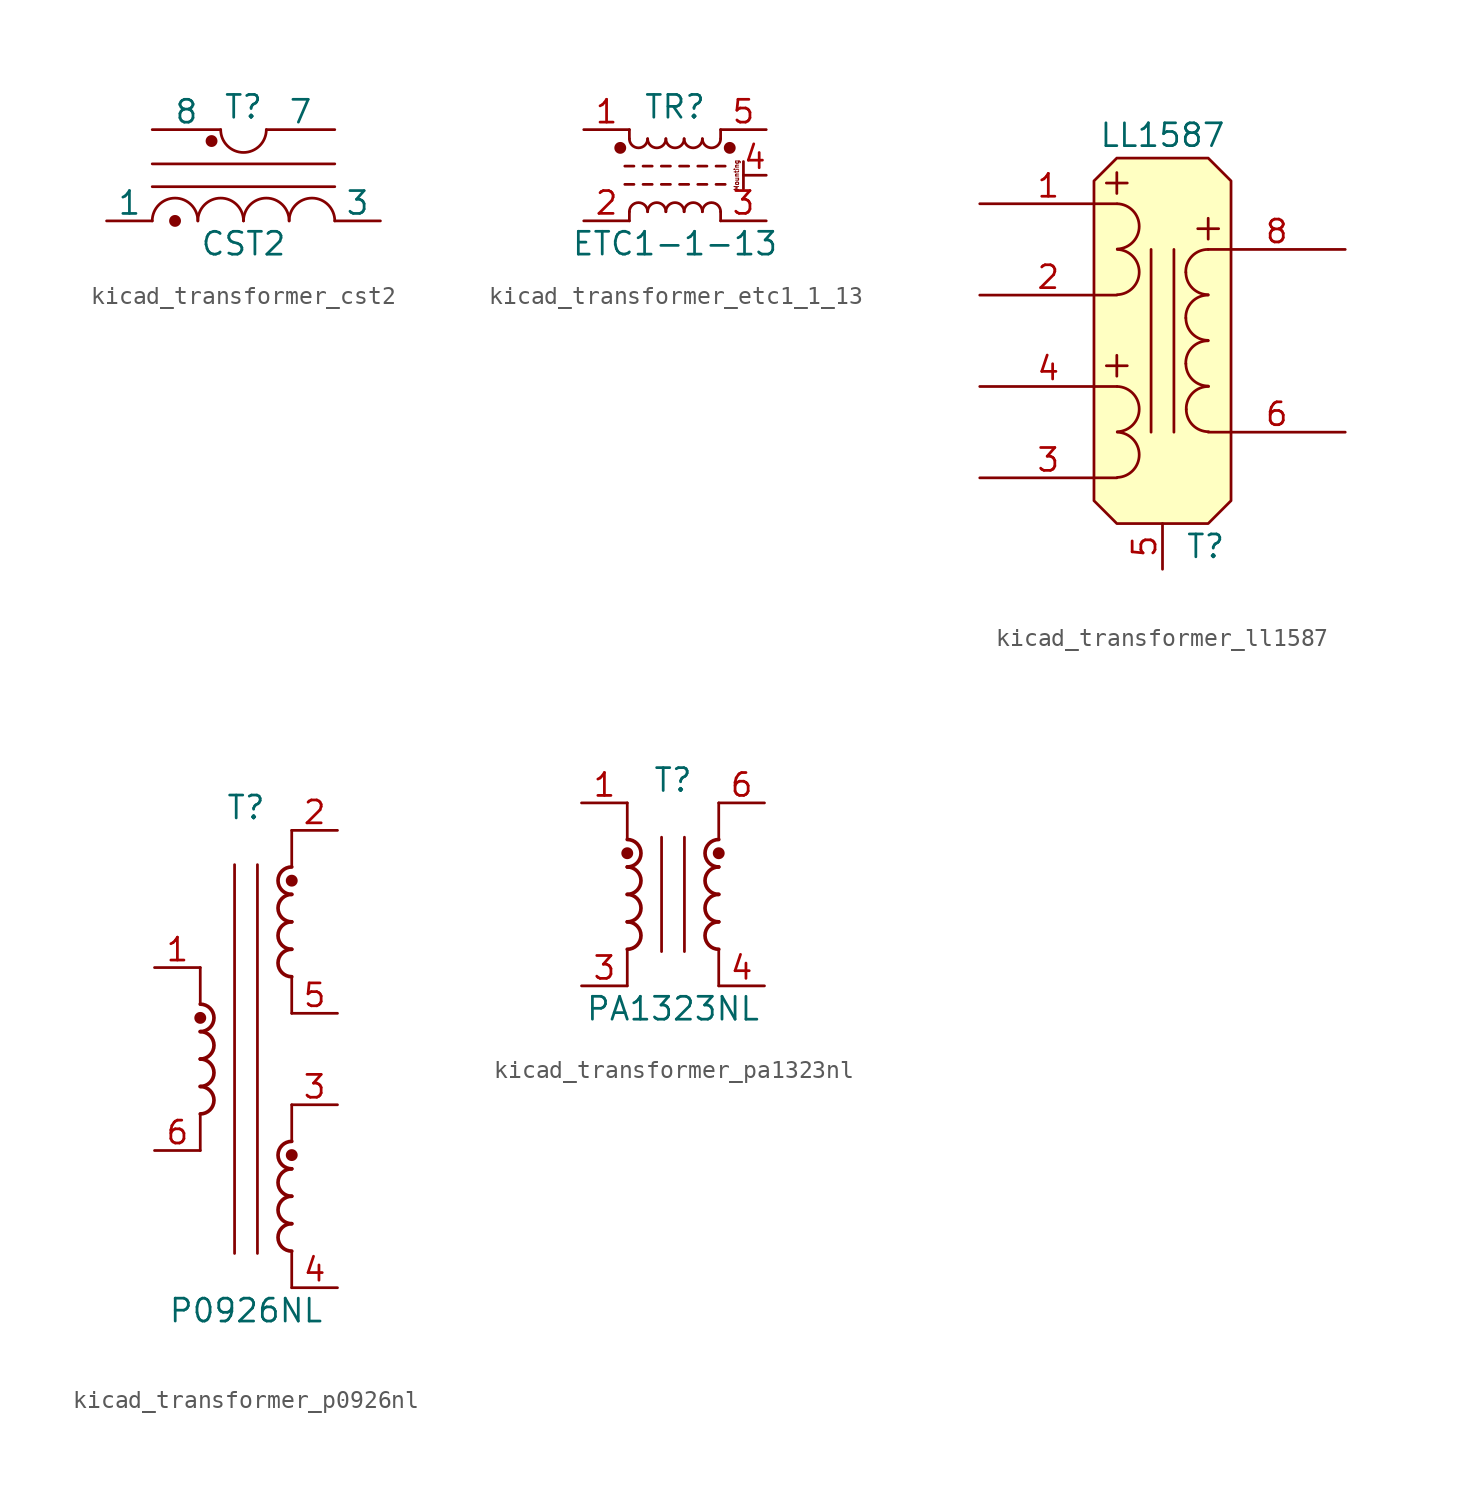
<source format=kicad_sym>
(kicad_symbol_lib
  (version 20220914)
  (generator kicad_symbol_editor)
  (symbol "kicad_transformer_cst2"
    (pin_numbers hide)
    (pin_names
      (offset 0))
    (property "Reference" "T"
      (at 0 6.35 0)
      (effects (font (size 1.27 1.27))))
    (property "Value" "CST2"
      (at 0 -1.27 0)
      (effects (font (size 1.27 1.27))))
    (property "ki_locked" ""
      (at 0 0 0)
      (effects (font (size 1.27 1.27))))
    (symbol "kicad_transformer_cst2_0_1"
      (circle (center -3.81 0) (radius 0.254) (stroke (width 0) (type default)) (fill (type outline)))
      (arc (start -2.54 0) (mid -3.81 1.2645) (end -5.08 0) (stroke (width 0) (type default)) (fill (type none)))
      (circle (center -1.778 4.445) (radius 0.254) (stroke (width 0) (type default)) (fill (type outline)))
      (arc (start -1.27 5.08) (mid 0 3.8155) (end 1.27 5.08) (stroke (width 0) (type default)) (fill (type none)))
      (arc (start 0 0) (mid -1.27 1.2645) (end -2.54 0) (stroke (width 0) (type default)) (fill (type none)))
      (polyline (pts (xy -5.08 1.905) (xy 5.08 1.905)) (stroke (width 0) (type default)) (fill (type none)))
      (polyline (pts (xy -5.08 3.175) (xy 5.08 3.175)) (stroke (width 0) (type default)) (fill (type none)))
      (arc (start 2.54 0) (mid 1.27 1.2645) (end 0 0) (stroke (width 0) (type default)) (fill (type none)))
      (arc (start 5.08 0) (mid 3.81 1.2645) (end 2.54 0) (stroke (width 0) (type default)) (fill (type none)))
      (pin passive line (at -7.62 0 0) (length 2.54) (name "1" (effects (font (size 1.27 1.27)))) (number "1" (effects (font (size 1.27 1.27)))))
      (pin passive line (at 7.62 0 180) (length 2.54) (name "3" (effects (font (size 1.27 1.27)))) (number "3" (effects (font (size 1.27 1.27)))))
      (pin passive line (at 5.08 5.08 180) (length 3.81) (name "7" (effects (font (size 1.27 1.27)))) (number "7" (effects (font (size 1.27 1.27)))))
      (pin passive line (at -5.08 5.08 0) (length 3.81) (name "8" (effects (font (size 1.27 1.27)))) (number "8" (effects (font (size 1.27 1.27))))))
    (symbol "kicad_transformer_cst2_1_1"
      (pin no_connect line (at -2.54 0 0) (length 2.54) hide (name "2" (effects (font (size 1.27 1.27)))) (number "2" (effects (font (size 1.27 1.27)))))
      (pin no_connect line (at 2.54 0 180) (length 2.54) hide (name "4" (effects (font (size 1.27 1.27)))) (number "4" (effects (font (size 1.27 1.27)))))
      (pin no_connect line (at -2.54 5.08 0) (length 2.54) hide (name "5" (effects (font (size 1.27 1.27)))) (number "5" (effects (font (size 1.27 1.27)))))
      (pin no_connect line (at 2.54 5.08 180) (length 2.54) hide (name "6" (effects (font (size 1.27 1.27)))) (number "6" (effects (font (size 1.27 1.27)))))))
  (symbol "kicad_transformer_etc1_1_13"
    (pin_names hide)
    (property "Reference" "TR"
      (at 0 3.81 0)
      (effects (font (size 1.27 1.27))))
    (property "Value" "ETC1-1-13"
      (at 0 -3.81 0)
      (effects (font (size 1.27 1.27))))
    (symbol "kicad_transformer_etc1_1_13_0_0"
      (polyline (pts (xy 3.81 0.762) (xy 3.81 -0.762)) (stroke (width 0) (type default)) (fill (type none)))
      (text "Mounting" (at 3.429 0 900) (effects (font (size 0.254 0.254) bold))))
    (symbol "kicad_transformer_etc1_1_13_1_1"
      (circle (center -3.048 1.524) (radius 0.254) (stroke (width 0) (type default)) (fill (type outline)))
      (arc (start -2.54 2.032) (mid -2.032 1.5262) (end -1.524 2.032) (stroke (width 0) (type default)) (fill (type none)))
      (arc (start -1.524 -2.032) (mid -2.032 -1.5262) (end -2.54 -2.032) (stroke (width 0) (type default)) (fill (type none)))
      (arc (start -1.524 2.032) (mid -1.016 1.5262) (end -0.508 2.032) (stroke (width 0) (type default)) (fill (type none)))
      (arc (start -0.508 -2.032) (mid -1.016 -1.5262) (end -1.524 -2.032) (stroke (width 0) (type default)) (fill (type none)))
      (arc (start -0.508 2.032) (mid 0 1.5262) (end 0.508 2.032) (stroke (width 0) (type default)) (fill (type none)))
      (polyline (pts (xy -2.794 -0.508) (xy -2.286 -0.508)) (stroke (width 0) (type default)) (fill (type none)))
      (polyline (pts (xy -2.794 0.508) (xy -2.286 0.508)) (stroke (width 0) (type default)) (fill (type none)))
      (polyline (pts (xy -2.54 -2.032) (xy -2.54 -2.54)) (stroke (width 0) (type default)) (fill (type none)))
      (polyline (pts (xy -2.54 2.032) (xy -2.54 2.54)) (stroke (width 0) (type default)) (fill (type none)))
      (polyline (pts (xy -1.778 -0.508) (xy -1.27 -0.508)) (stroke (width 0) (type default)) (fill (type none)))
      (polyline (pts (xy -1.778 0.508) (xy -1.27 0.508)) (stroke (width 0) (type default)) (fill (type none)))
      (polyline (pts (xy -0.762 -0.508) (xy -0.254 -0.508)) (stroke (width 0) (type default)) (fill (type none)))
      (polyline (pts (xy -0.762 0.508) (xy -0.254 0.508)) (stroke (width 0) (type default)) (fill (type none)))
      (polyline (pts (xy 0.254 -0.508) (xy 0.762 -0.508)) (stroke (width 0) (type default)) (fill (type none)))
      (polyline (pts (xy 0.254 0.508) (xy 0.762 0.508)) (stroke (width 0) (type default)) (fill (type none)))
      (polyline (pts (xy 1.27 -0.508) (xy 1.778 -0.508)) (stroke (width 0) (type default)) (fill (type none)))
      (polyline (pts (xy 1.27 0.508) (xy 1.778 0.508)) (stroke (width 0) (type default)) (fill (type none)))
      (polyline (pts (xy 2.286 -0.508) (xy 2.794 -0.508)) (stroke (width 0) (type default)) (fill (type none)))
      (polyline (pts (xy 2.286 0.508) (xy 2.794 0.508)) (stroke (width 0) (type default)) (fill (type none)))
      (polyline (pts (xy 2.54 -2.032) (xy 2.54 -2.54)) (stroke (width 0) (type default)) (fill (type none)))
      (polyline (pts (xy 2.54 2.54) (xy 2.54 2.032)) (stroke (width 0) (type default)) (fill (type none)))
      (arc (start 0.508 -2.032) (mid 0 -1.5262) (end -0.508 -2.032) (stroke (width 0) (type default)) (fill (type none)))
      (arc (start 0.508 2.032) (mid 1.016 1.5262) (end 1.524 2.032) (stroke (width 0) (type default)) (fill (type none)))
      (arc (start 1.524 -2.032) (mid 1.016 -1.5262) (end 0.508 -2.032) (stroke (width 0) (type default)) (fill (type none)))
      (arc (start 1.524 2.032) (mid 2.032 1.5262) (end 2.54 2.032) (stroke (width 0) (type default)) (fill (type none)))
      (arc (start 2.54 -2.032) (mid 2.032 -1.5262) (end 1.524 -2.032) (stroke (width 0) (type default)) (fill (type none)))
      (circle (center 3.048 1.524) (radius 0.254) (stroke (width 0) (type default)) (fill (type outline)))
      (pin passive line (at -5.08 2.54 0) (length 2.54) (name "~" (effects (font (size 1.27 1.27)))) (number "1" (effects (font (size 1.27 1.27)))))
      (pin passive line (at -5.08 -2.54 0) (length 2.54) (name "~" (effects (font (size 1.27 1.27)))) (number "2" (effects (font (size 1.27 1.27)))))
      (pin passive line (at 5.08 -2.54 180) (length 2.54) (name "~" (effects (font (size 1.27 1.27)))) (number "3" (effects (font (size 1.27 1.27)))))
      (pin passive line (at 5.08 0 180) (length 1.27) (name "MP" (effects (font (size 1.27 1.27)))) (number "4" (effects (font (size 1.27 1.27)))))
      (pin passive line (at 5.08 2.54 180) (length 2.54) (name "~" (effects (font (size 1.27 1.27)))) (number "5" (effects (font (size 1.27 1.27)))))))
  (symbol "kicad_transformer_ll1587"
    (pin_names hide)
    (property "Reference" "T"
      (at 1.27 -11.43 0)
      (effects (font (size 1.27 1.27)) (justify left)))
    (property "Value" "LL1587"
      (at 0 11.43 0)
      (effects (font (size 1.27 1.27))))
    (symbol "kicad_transformer_ll1587_0_0"
      (text "+" (at -2.54 -1.27 0) (effects (font (size 1.524 1.524))))
      (text "+" (at -2.54 8.89 0) (effects (font (size 1.524 1.524))))
      (text "+" (at 2.54 6.35 0) (effects (font (size 1.524 1.524)))))
    (symbol "kicad_transformer_ll1587_0_1"
      (arc (start -2.5146 -7.5946) (mid -1.2951 -6.3497) (end -2.5146 -5.08) (stroke (width 0) (type default)) (fill (type none)))
      (arc (start -2.5146 -5.0546) (mid -1.2951 -3.8097) (end -2.5146 -2.54) (stroke (width 0) (type default)) (fill (type none)))
      (arc (start -2.5146 2.5654) (mid -1.2951 3.8103) (end -2.5146 5.08) (stroke (width 0) (type default)) (fill (type none)))
      (arc (start -2.5146 5.1054) (mid -1.2951 6.3503) (end -2.5146 7.62) (stroke (width 0) (type default)) (fill (type none)))
      (polyline (pts (xy -0.635 5.08) (xy -0.635 -5.08)) (stroke (width 0) (type default)) (fill (type none)))
      (polyline (pts (xy 0.635 -5.08) (xy 0.635 5.08)) (stroke (width 0) (type default)) (fill (type none)))
      (polyline (pts (xy -3.81 8.89) (xy -3.81 -8.89) (xy -2.54 -10.16) (xy 2.54 -10.16) (xy 3.81 -8.89) (xy 3.81 8.89) (xy 2.54 10.16) (xy -2.54 10.16) (xy -3.81 8.89) (xy -3.81 8.89)) (stroke (width 0) (type default)) (fill (type background)))
      (arc (start 1.2954 -1.27) (mid 1.6599 -2.1501) (end 2.54 -2.5146) (stroke (width 0) (type default)) (fill (type none)))
      (arc (start 1.2954 1.27) (mid 1.6599 0.3899) (end 2.54 0.0254) (stroke (width 0) (type default)) (fill (type none)))
      (arc (start 1.2954 3.81) (mid 1.6599 2.9299) (end 2.54 2.5654) (stroke (width 0) (type default)) (fill (type none)))
      (arc (start 1.3208 -3.81) (mid 1.6853 -4.6901) (end 2.5654 -5.0546) (stroke (width 0) (type default)) (fill (type none)))
      (arc (start 2.54 0) (mid 1.642 -0.372) (end 1.2954 -1.27) (stroke (width 0) (type default)) (fill (type none)))
      (arc (start 2.54 2.54) (mid 1.642 2.168) (end 1.2954 1.27) (stroke (width 0) (type default)) (fill (type none)))
      (arc (start 2.54 5.08) (mid 1.642 4.708) (end 1.2954 3.81) (stroke (width 0) (type default)) (fill (type none)))
      (arc (start 2.5654 -2.54) (mid 1.6674 -2.912) (end 1.3208 -3.81) (stroke (width 0) (type default)) (fill (type none))))
    (symbol "kicad_transformer_ll1587_1_1"
      (pin passive line (at -10.16 7.62 0) (length 7.62) (name "P1+" (effects (font (size 1.27 1.27)))) (number "1" (effects (font (size 1.27 1.27)))))
      (pin passive line (at -10.16 2.54 0) (length 7.62) (name "P1-" (effects (font (size 1.27 1.27)))) (number "2" (effects (font (size 1.27 1.27)))))
      (pin passive line (at -10.16 -7.62 0) (length 7.62) (name "P2-" (effects (font (size 1.27 1.27)))) (number "3" (effects (font (size 1.27 1.27)))))
      (pin passive line (at -10.16 -2.54 0) (length 7.62) (name "P2+" (effects (font (size 1.27 1.27)))) (number "4" (effects (font (size 1.27 1.27)))))
      (pin input line (at 0 -12.7 90) (length 2.54) (name "~" (effects (font (size 1.27 1.27)))) (number "5" (effects (font (size 1.27 1.27)))))
      (pin passive line (at 10.16 -5.08 180) (length 7.62) (name "S-" (effects (font (size 1.27 1.27)))) (number "6" (effects (font (size 1.27 1.27)))))
      (pin passive line (at 10.16 5.08 180) (length 7.62) (name "S+" (effects (font (size 1.27 1.27)))) (number "8" (effects (font (size 1.27 1.27)))))))
  (symbol "kicad_transformer_p0926nl"
    (pin_names hide)
    (property "Reference" "T"
      (at 0 13.97 0)
      (effects (font (size 1.27 1.27))))
    (property "Value" "P0926NL"
      (at 0 -13.97 0)
      (effects (font (size 1.27 1.27))))
    (symbol "kicad_transformer_p0926nl_0_1"
      (arc (start -2.54 -3.048) (mid -1.7813 -2.286) (end -2.54 -1.524) (stroke (width 0.2032) (type default)) (fill (type none)))
      (arc (start -2.54 -1.524) (mid -1.7813 -0.762) (end -2.54 0) (stroke (width 0.2032) (type default)) (fill (type none)))
      (arc (start -2.54 0) (mid -1.7813 0.762) (end -2.54 1.524) (stroke (width 0.2032) (type default)) (fill (type none)))
      (circle (center -2.54 2.286) (radius 0.254) (stroke (width 0) (type default)) (fill (type outline)))
      (polyline (pts (xy -2.54 -3.048) (xy -2.54 -5.08)) (stroke (width 0) (type default)) (fill (type none)))
      (polyline (pts (xy -2.54 5.08) (xy -2.54 3.048)) (stroke (width 0) (type default)) (fill (type none)))
      (polyline (pts (xy -0.635 10.795) (xy -0.635 -10.795)) (stroke (width 0) (type default)) (fill (type none)))
      (polyline (pts (xy 0.635 10.795) (xy 0.635 -10.795)) (stroke (width 0) (type default)) (fill (type none)))
      (polyline (pts (xy 2.54 -10.668) (xy 2.54 -12.7)) (stroke (width 0) (type default)) (fill (type none)))
      (polyline (pts (xy 2.54 -2.54) (xy 2.54 -4.572)) (stroke (width 0) (type default)) (fill (type none)))
      (polyline (pts (xy 2.54 4.572) (xy 2.54 2.54)) (stroke (width 0) (type default)) (fill (type none)))
      (polyline (pts (xy 2.54 12.7) (xy 2.54 10.668)) (stroke (width 0) (type default)) (fill (type none)))
      (arc (start 2.54 -9.144) (mid 1.7813 -9.906) (end 2.54 -10.668) (stroke (width 0.2032) (type default)) (fill (type none)))
      (arc (start 2.54 -7.62) (mid 1.7813 -8.382) (end 2.54 -9.144) (stroke (width 0.2032) (type default)) (fill (type none)))
      (arc (start 2.54 -6.096) (mid 1.7813 -6.858) (end 2.54 -7.62) (stroke (width 0.2032) (type default)) (fill (type none)))
      (circle (center 2.54 -5.334) (radius 0.254) (stroke (width 0) (type default)) (fill (type outline)))
      (arc (start 2.54 -4.572) (mid 1.7813 -5.334) (end 2.54 -6.096) (stroke (width 0.2032) (type default)) (fill (type none)))
      (arc (start 2.54 6.096) (mid 1.7813 5.334) (end 2.54 4.572) (stroke (width 0.2032) (type default)) (fill (type none)))
      (arc (start 2.54 7.62) (mid 1.7813 6.858) (end 2.54 6.096) (stroke (width 0.2032) (type default)) (fill (type none)))
      (arc (start 2.54 9.144) (mid 1.7813 8.382) (end 2.54 7.62) (stroke (width 0.2032) (type default)) (fill (type none)))
      (circle (center 2.54 9.906) (radius 0.254) (stroke (width 0) (type default)) (fill (type outline)))
      (arc (start 2.54 10.668) (mid 1.7813 9.906) (end 2.54 9.144) (stroke (width 0.2032) (type default)) (fill (type none))))
    (symbol "kicad_transformer_p0926nl_1_1"
      (arc (start -2.54 1.524) (mid -1.7813 2.286) (end -2.54 3.048) (stroke (width 0.2032) (type default)) (fill (type none)))
      (pin passive line (at -5.08 5.08 0) (length 2.54) (name "~" (effects (font (size 1.27 1.27)))) (number "1" (effects (font (size 1.27 1.27)))))
      (pin passive line (at 5.08 12.7 180) (length 2.54) (name "~" (effects (font (size 1.27 1.27)))) (number "2" (effects (font (size 1.27 1.27)))))
      (pin passive line (at 5.08 -2.54 180) (length 2.54) (name "~" (effects (font (size 1.27 1.27)))) (number "3" (effects (font (size 1.27 1.27)))))
      (pin passive line (at 5.08 -12.7 180) (length 2.54) (name "~" (effects (font (size 1.27 1.27)))) (number "4" (effects (font (size 1.27 1.27)))))
      (pin passive line (at 5.08 2.54 180) (length 2.54) (name "~" (effects (font (size 1.27 1.27)))) (number "5" (effects (font (size 1.27 1.27)))))
      (pin passive line (at -5.08 -5.08 0) (length 2.54) (name "~" (effects (font (size 1.27 1.27)))) (number "6" (effects (font (size 1.27 1.27)))))))
  (symbol "kicad_transformer_pa1323nl"
    (pin_names hide)
    (property "Reference" "T"
      (at 0 6.35 0)
      (effects (font (size 1.27 1.27))))
    (property "Value" "PA1323NL"
      (at 0 -6.35 0)
      (effects (font (size 1.27 1.27))))
    (symbol "kicad_transformer_pa1323nl_0_1"
      (arc (start -2.54 -3.048) (mid -1.7813 -2.286) (end -2.54 -1.524) (stroke (width 0.2032) (type default)) (fill (type none)))
      (arc (start -2.54 -1.524) (mid -1.7813 -0.762) (end -2.54 0) (stroke (width 0.2032) (type default)) (fill (type none)))
      (arc (start -2.54 0) (mid -1.7813 0.762) (end -2.54 1.524) (stroke (width 0.2032) (type default)) (fill (type none)))
      (circle (center -2.54 2.286) (radius 0.254) (stroke (width 0) (type default)) (fill (type outline)))
      (polyline (pts (xy -2.54 -3.048) (xy -2.54 -5.08)) (stroke (width 0) (type default)) (fill (type none)))
      (polyline (pts (xy -2.54 5.08) (xy -2.54 3.048)) (stroke (width 0) (type default)) (fill (type none)))
      (polyline (pts (xy -0.635 3.175) (xy -0.635 -3.175)) (stroke (width 0) (type default)) (fill (type none)))
      (polyline (pts (xy 0.635 3.175) (xy 0.635 -3.175)) (stroke (width 0) (type default)) (fill (type none)))
      (polyline (pts (xy 2.54 -3.048) (xy 2.54 -5.08)) (stroke (width 0) (type default)) (fill (type none)))
      (polyline (pts (xy 2.54 5.08) (xy 2.54 3.048)) (stroke (width 0) (type default)) (fill (type none)))
      (arc (start 2.54 -1.524) (mid 1.7813 -2.286) (end 2.54 -3.048) (stroke (width 0.2032) (type default)) (fill (type none)))
      (arc (start 2.54 0) (mid 1.7813 -0.762) (end 2.54 -1.524) (stroke (width 0.2032) (type default)) (fill (type none)))
      (arc (start 2.54 1.524) (mid 1.7813 0.762) (end 2.54 0) (stroke (width 0.2032) (type default)) (fill (type none)))
      (circle (center 2.54 2.286) (radius 0.254) (stroke (width 0) (type default)) (fill (type outline)))
      (arc (start 2.54 3.048) (mid 1.7813 2.286) (end 2.54 1.524) (stroke (width 0.2032) (type default)) (fill (type none))))
    (symbol "kicad_transformer_pa1323nl_1_1"
      (arc (start -2.54 1.524) (mid -1.7813 2.286) (end -2.54 3.048) (stroke (width 0.2032) (type default)) (fill (type none)))
      (pin passive line (at -5.08 5.08 0) (length 2.54) (name "~" (effects (font (size 1.27 1.27)))) (number "1" (effects (font (size 1.27 1.27)))))
      (pin passive line (at -5.08 -5.08 0) (length 2.54) (name "~" (effects (font (size 1.27 1.27)))) (number "3" (effects (font (size 1.27 1.27)))))
      (pin passive line (at 5.08 -5.08 180) (length 2.54) (name "~" (effects (font (size 1.27 1.27)))) (number "4" (effects (font (size 1.27 1.27)))))
      (pin passive line (at 5.08 5.08 180) (length 2.54) (name "~" (effects (font (size 1.27 1.27)))) (number "6" (effects (font (size 1.27 1.27))))))))
</source>
